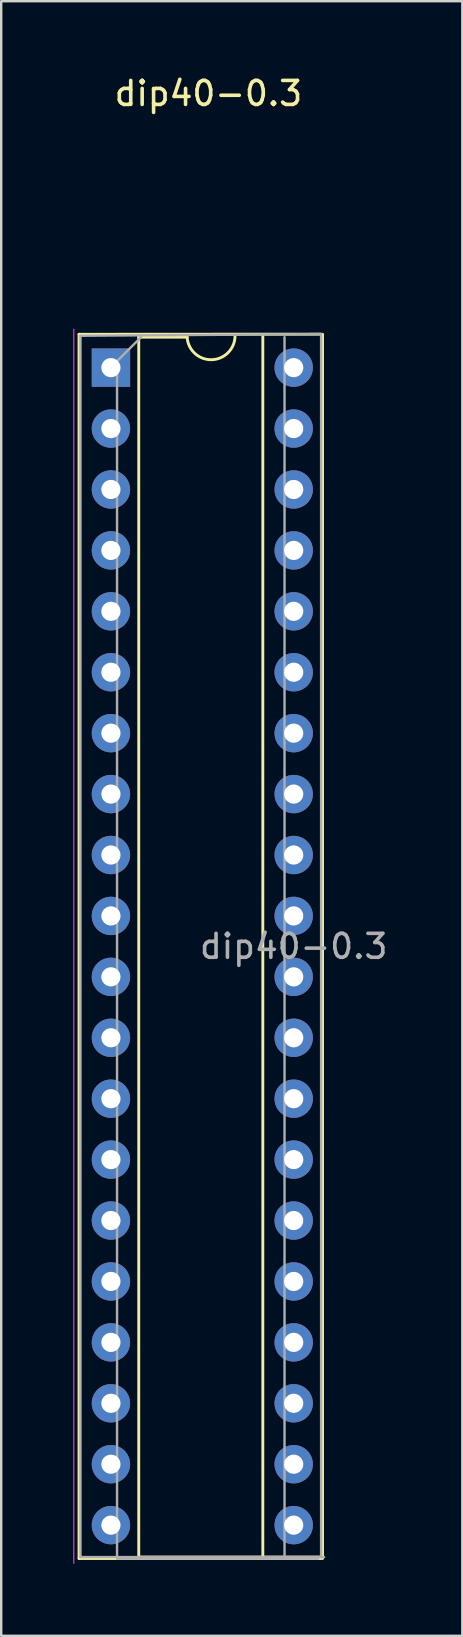
<source format=kicad_pcb>
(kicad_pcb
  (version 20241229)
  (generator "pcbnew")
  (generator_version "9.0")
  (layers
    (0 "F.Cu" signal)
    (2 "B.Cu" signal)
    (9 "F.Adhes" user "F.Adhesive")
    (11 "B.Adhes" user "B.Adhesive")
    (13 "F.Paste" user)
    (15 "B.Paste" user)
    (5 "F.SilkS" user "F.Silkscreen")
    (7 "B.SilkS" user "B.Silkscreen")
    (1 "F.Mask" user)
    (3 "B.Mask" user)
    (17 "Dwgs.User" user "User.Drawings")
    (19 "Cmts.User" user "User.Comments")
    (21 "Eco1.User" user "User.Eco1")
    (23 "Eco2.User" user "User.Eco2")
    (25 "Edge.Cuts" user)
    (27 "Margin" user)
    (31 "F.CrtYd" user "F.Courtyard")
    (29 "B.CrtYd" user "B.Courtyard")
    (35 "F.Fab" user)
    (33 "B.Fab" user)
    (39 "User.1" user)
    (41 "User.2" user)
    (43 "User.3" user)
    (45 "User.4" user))
  (footprint "dip40-0.3"
    (layer "F.Cu")
    (at 1.575 12.278)
    (property "Reference" "dip40-0.3" (at 4.064 -11.43 0) (layer "F.SilkS") (effects (font (size 1 1) (thickness 0.15))))
    (attr through_hole)
    (fp_line (start -1.33 -1.39) (end -1.33 49.65) (stroke (width 0.12) (type solid)) (layer "F.SilkS"))
    (fp_line (start -1.33 49.65) (end 8.763 49.65) (stroke (width 0.12) (type solid)) (layer "F.SilkS"))
    (fp_line (start 1.16 -1.33) (end 1.16 49.59) (stroke (width 0.12) (type solid)) (layer "F.SilkS"))
    (fp_line (start 1.16 49.59) (end 8.763 49.59) (stroke (width 0.12) (type solid)) (layer "F.SilkS"))
    (fp_line (start 3.175 -1.27) (end 1.16 -1.27) (stroke (width 0.12) (type solid)) (layer "F.SilkS"))
    (fp_line (start 6.333 49.59) (end 6.333 -1.33) (stroke (width 0.12) (type solid)) (layer "F.SilkS"))
    (fp_line (start 8.763 -1.397) (end -1.33 -1.39) (stroke (width 0.12) (type solid)) (layer "F.SilkS"))
    (fp_line (start 8.823 49.65) (end 8.823 -1.39) (stroke (width 0.12) (type solid)) (layer "F.SilkS"))
    (fp_arc (start 5.175 -1.33) (mid 4.175 -0.33) (end 3.175 -1.33) (stroke (width 0.12) (type solid)) (layer "F.SilkS"))
    (fp_line (start -1.55 -1.6) (end -1.55 49.85) (stroke (width 0.05) (type solid)) (layer "F.CrtYd"))
    (fp_line (start -1.27 -1.33) (end -1.27 49.59) (stroke (width 0.1) (type solid)) (layer "F.Fab"))
    (fp_line (start -1.27 49.59) (end 8.89 49.59) (stroke (width 0.1) (type solid)) (layer "F.Fab"))
    (fp_line (start 0.255 -0.27) (end 1.255 -1.27) (stroke (width 0.1) (type solid)) (layer "F.Fab"))
    (fp_line (start 0.255 49.53) (end 0.255 -0.27) (stroke (width 0.1) (type solid)) (layer "F.Fab"))
    (fp_line (start 7.238 -1.27) (end 7.238 49.53) (stroke (width 0.1) (type solid)) (layer "F.Fab"))
    (fp_line (start 8.636 49.657) (end 0.255 49.657) (stroke (width 0.1) (type solid)) (layer "F.Fab"))
    (fp_line (start 8.763 -1.397) (end -1.27 -1.33) (stroke (width 0.1) (type solid)) (layer "F.Fab"))
    (fp_line (start 8.763 49.59) (end 8.763 -1.33) (stroke (width 0.1) (type solid)) (layer "F.Fab"))
    (fp_text user "${REFERENCE}" (at 7.62 24.13 0) (layer "F.Fab") (effects (font (size 1 1) (thickness 0.15))))
    (pad "1" thru_hole rect (at 0 0) (size 1.6 1.6) (drill 0.8) (layers "*.Cu" "*.Mask"))
    (pad "2" thru_hole oval (at 0 2.54) (size 1.6 1.6) (drill 0.8) (layers "*.Cu" "*.Mask"))
    (pad "3" thru_hole oval (at 0 5.08) (size 1.6 1.6) (drill 0.8) (layers "*.Cu" "*.Mask"))
    (pad "4" thru_hole oval (at 0 7.62) (size 1.6 1.6) (drill 0.8) (layers "*.Cu" "*.Mask"))
    (pad "5" thru_hole oval (at 0 10.16) (size 1.6 1.6) (drill 0.8) (layers "*.Cu" "*.Mask"))
    (pad "6" thru_hole oval (at 0 12.7) (size 1.6 1.6) (drill 0.8) (layers "*.Cu" "*.Mask"))
    (pad "7" thru_hole oval (at 0 15.24) (size 1.6 1.6) (drill 0.8) (layers "*.Cu" "*.Mask"))
    (pad "8" thru_hole oval (at 0 17.78) (size 1.6 1.6) (drill 0.8) (layers "*.Cu" "*.Mask"))
    (pad "9" thru_hole oval (at 0 20.32) (size 1.6 1.6) (drill 0.8) (layers "*.Cu" "*.Mask"))
    (pad "10" thru_hole oval (at 0 22.86) (size 1.6 1.6) (drill 0.8) (layers "*.Cu" "*.Mask"))
    (pad "11" thru_hole oval (at 0 25.4) (size 1.6 1.6) (drill 0.8) (layers "*.Cu" "*.Mask"))
    (pad "12" thru_hole oval (at 0 27.94) (size 1.6 1.6) (drill 0.8) (layers "*.Cu" "*.Mask"))
    (pad "13" thru_hole oval (at 0 30.48) (size 1.6 1.6) (drill 0.8) (layers "*.Cu" "*.Mask"))
    (pad "14" thru_hole oval (at 0 33.02) (size 1.6 1.6) (drill 0.8) (layers "*.Cu" "*.Mask"))
    (pad "15" thru_hole oval (at 0 35.56) (size 1.6 1.6) (drill 0.8) (layers "*.Cu" "*.Mask"))
    (pad "16" thru_hole oval (at 0 38.1) (size 1.6 1.6) (drill 0.8) (layers "*.Cu" "*.Mask"))
    (pad "17" thru_hole oval (at 0 40.64) (size 1.6 1.6) (drill 0.8) (layers "*.Cu" "*.Mask"))
    (pad "18" thru_hole oval (at 0 43.18) (size 1.6 1.6) (drill 0.8) (layers "*.Cu" "*.Mask"))
    (pad "19" thru_hole oval (at 0 45.72) (size 1.6 1.6) (drill 0.8) (layers "*.Cu" "*.Mask"))
    (pad "20" thru_hole oval (at 0 48.26) (size 1.6 1.6) (drill 0.8) (layers "*.Cu" "*.Mask"))
    (pad "21" thru_hole oval (at 7.62 48.26) (size 1.6 1.6) (drill 0.8) (layers "*.Cu" "*.Mask"))
    (pad "22" thru_hole oval (at 7.62 45.72) (size 1.6 1.6) (drill 0.8) (layers "*.Cu" "*.Mask"))
    (pad "23" thru_hole oval (at 7.62 43.18) (size 1.6 1.6) (drill 0.8) (layers "*.Cu" "*.Mask"))
    (pad "24" thru_hole oval (at 7.62 40.64) (size 1.6 1.6) (drill 0.8) (layers "*.Cu" "*.Mask"))
    (pad "25" thru_hole oval (at 7.62 38.1) (size 1.6 1.6) (drill 0.8) (layers "*.Cu" "*.Mask"))
    (pad "26" thru_hole oval (at 7.62 35.56) (size 1.6 1.6) (drill 0.8) (layers "*.Cu" "*.Mask"))
    (pad "27" thru_hole oval (at 7.62 33.02) (size 1.6 1.6) (drill 0.8) (layers "*.Cu" "*.Mask"))
    (pad "28" thru_hole oval (at 7.62 30.48) (size 1.6 1.6) (drill 0.8) (layers "*.Cu" "*.Mask"))
    (pad "29" thru_hole oval (at 7.62 27.94) (size 1.6 1.6) (drill 0.8) (layers "*.Cu" "*.Mask"))
    (pad "30" thru_hole oval (at 7.62 25.4) (size 1.6 1.6) (drill 0.8) (layers "*.Cu" "*.Mask"))
    (pad "31" thru_hole oval (at 7.62 22.86) (size 1.6 1.6) (drill 0.8) (layers "*.Cu" "*.Mask"))
    (pad "32" thru_hole oval (at 7.62 20.32) (size 1.6 1.6) (drill 0.8) (layers "*.Cu" "*.Mask"))
    (pad "33" thru_hole oval (at 7.62 17.78) (size 1.6 1.6) (drill 0.8) (layers "*.Cu" "*.Mask"))
    (pad "34" thru_hole oval (at 7.62 15.24) (size 1.6 1.6) (drill 0.8) (layers "*.Cu" "*.Mask"))
    (pad "35" thru_hole oval (at 7.62 12.7) (size 1.6 1.6) (drill 0.8) (layers "*.Cu" "*.Mask"))
    (pad "36" thru_hole oval (at 7.62 10.16) (size 1.6 1.6) (drill 0.8) (layers "*.Cu" "*.Mask"))
    (pad "37" thru_hole oval (at 7.62 7.62) (size 1.6 1.6) (drill 0.8) (layers "*.Cu" "*.Mask"))
    (pad "38" thru_hole oval (at 7.62 5.08) (size 1.6 1.6) (drill 0.8) (layers "*.Cu" "*.Mask"))
    (pad "39" thru_hole oval (at 7.62 2.54) (size 1.6 1.6) (drill 0.8) (layers "*.Cu" "*.Mask"))
    (pad "40" thru_hole oval (at 7.62 0) (size 1.6 1.6) (drill 0.8) (layers "*.Cu" "*.Mask")))
  (gr_rect
    (start -3 -3)
    (end 16.225 65.153)
    (stroke (width 0.1) (type default))
    (fill no)
    (layer "Edge.Cuts")))
</source>
